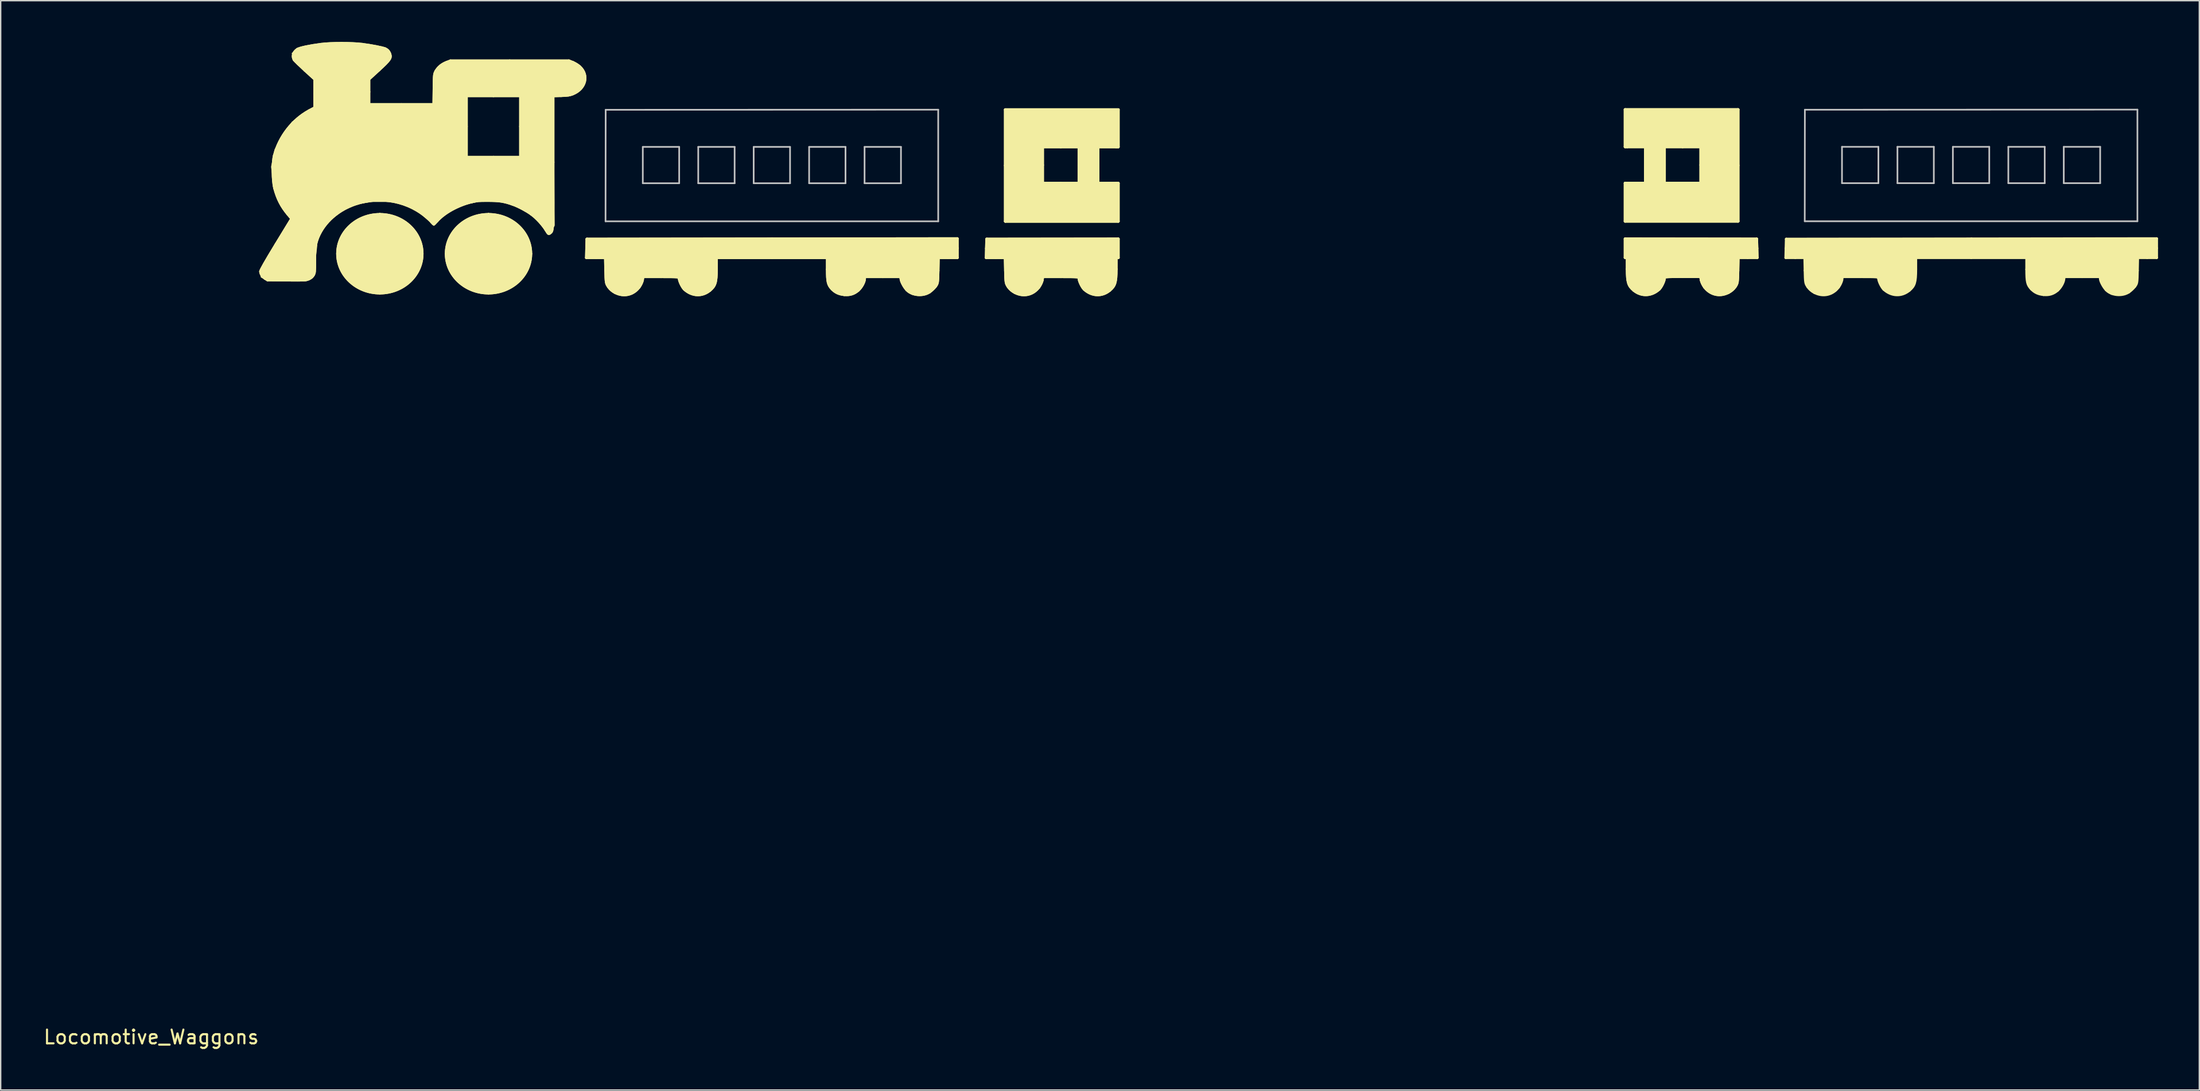
<source format=kicad_pcb>
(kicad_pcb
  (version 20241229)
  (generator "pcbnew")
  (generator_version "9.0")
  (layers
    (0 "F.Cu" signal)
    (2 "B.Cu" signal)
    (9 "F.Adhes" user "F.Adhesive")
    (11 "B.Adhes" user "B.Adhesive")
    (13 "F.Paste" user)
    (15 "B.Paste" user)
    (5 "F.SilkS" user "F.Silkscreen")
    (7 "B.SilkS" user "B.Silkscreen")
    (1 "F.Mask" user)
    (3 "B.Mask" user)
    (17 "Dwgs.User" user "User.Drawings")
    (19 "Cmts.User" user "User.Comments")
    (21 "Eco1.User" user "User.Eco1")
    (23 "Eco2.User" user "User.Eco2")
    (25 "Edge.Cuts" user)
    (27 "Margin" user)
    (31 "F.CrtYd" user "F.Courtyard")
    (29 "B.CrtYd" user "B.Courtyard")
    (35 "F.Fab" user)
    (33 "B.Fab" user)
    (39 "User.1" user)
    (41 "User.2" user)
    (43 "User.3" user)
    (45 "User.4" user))
  (footprint "Locomotive_Waggons"
    (layer "F.Cu")
    (at 7.935 71.83)
    (property "Reference" "Locomotive_Waggons" (at 0 0.5 0) (layer "F.SilkS") (effects (font (size 1 1) (thickness 0.15))))
    (attr through_hole)
    (fp_line (start 8.274 -54.639) (end 8.448 -54.532) (stroke (width 0.2) (type solid)) (layer "F.SilkS"))
    (fp_line (start 8.274 -54.639) (end 8.448 -54.532) (stroke (width 0.2) (type solid)) (layer "F.SilkS"))
    (fp_line (start 8.448 -54.532) (end 9.828 -54.52) (stroke (width 0.2) (type solid)) (layer "F.SilkS"))
    (fp_line (start 8.448 -54.532) (end 9.828 -54.52) (stroke (width 0.2) (type solid)) (layer "F.SilkS"))
    (fp_line (start 9.927 -59.305) (end 10.196 -58.984) (stroke (width 0.2) (type solid)) (layer "F.SilkS"))
    (fp_line (start 9.927 -59.305) (end 10.196 -58.984) (stroke (width 0.2) (type solid)) (layer "F.SilkS"))
    (fp_line (start 10.196 -58.984) (end 9.067 -57.131) (stroke (width 0.2) (type solid)) (layer "F.SilkS"))
    (fp_line (start 10.196 -58.984) (end 9.067 -57.131) (stroke (width 0.2) (type solid)) (layer "F.SilkS"))
    (fp_line (start 11.171 -69.763) (end 11.872 -69.125) (stroke (width 0.2) (type solid)) (layer "F.SilkS"))
    (fp_line (start 11.171 -69.763) (end 11.872 -69.125) (stroke (width 0.2) (type solid)) (layer "F.SilkS"))
    (fp_line (start 11.872 -69.125) (end 11.872 -68.089) (stroke (width 0.2) (type solid)) (layer "F.SilkS"))
    (fp_line (start 11.872 -69.125) (end 11.872 -68.089) (stroke (width 0.2) (type solid)) (layer "F.SilkS"))
    (fp_line (start 11.872 -68.089) (end 11.872 -67.051) (stroke (width 0.2) (type solid)) (layer "F.SilkS"))
    (fp_line (start 11.872 -68.089) (end 11.872 -67.051) (stroke (width 0.2) (type solid)) (layer "F.SilkS"))
    (fp_line (start 11.872 -67.051) (end 11.465 -66.832) (stroke (width 0.2) (type solid)) (layer "F.SilkS"))
    (fp_line (start 11.872 -67.051) (end 11.465 -66.832) (stroke (width 0.2) (type solid)) (layer "F.SilkS"))
    (fp_line (start 13.81 -71.73) (end 13.81 -71.73) (stroke (width 0.2) (type solid)) (layer "F.SilkS"))
    (fp_line (start 13.81 -71.73) (end 13.81 -71.73) (stroke (width 0.2) (type solid)) (layer "F.SilkS"))
    (fp_line (start 15.805 -69.124) (end 16.54 -69.799) (stroke (width 0.2) (type solid)) (layer "F.SilkS"))
    (fp_line (start 15.805 -69.124) (end 16.54 -69.799) (stroke (width 0.2) (type solid)) (layer "F.SilkS"))
    (fp_line (start 15.805 -68.204) (end 15.805 -69.124) (stroke (width 0.2) (type solid)) (layer "F.SilkS"))
    (fp_line (start 15.805 -68.204) (end 15.805 -69.124) (stroke (width 0.2) (type solid)) (layer "F.SilkS"))
    (fp_line (start 15.805 -67.284) (end 15.805 -68.204) (stroke (width 0.2) (type solid)) (layer "F.SilkS"))
    (fp_line (start 15.805 -67.284) (end 15.805 -68.204) (stroke (width 0.2) (type solid)) (layer "F.SilkS"))
    (fp_line (start 16.6 -59.295) (end 16.6 -59.295) (stroke (width 0.2) (type solid)) (layer "F.SilkS"))
    (fp_line (start 16.6 -59.295) (end 16.6 -59.295) (stroke (width 0.2) (type solid)) (layer "F.SilkS"))
    (fp_line (start 18.162 -67.284) (end 15.805 -67.284) (stroke (width 0.2) (type solid)) (layer "F.SilkS"))
    (fp_line (start 18.162 -67.284) (end 15.805 -67.284) (stroke (width 0.2) (type solid)) (layer "F.SilkS"))
    (fp_line (start 20.519 -67.284) (end 18.162 -67.284) (stroke (width 0.2) (type solid)) (layer "F.SilkS"))
    (fp_line (start 20.519 -67.284) (end 18.162 -67.284) (stroke (width 0.2) (type solid)) (layer "F.SilkS"))
    (fp_line (start 20.534 -68.391) (end 20.519 -67.284) (stroke (width 0.2) (type solid)) (layer "F.SilkS"))
    (fp_line (start 20.534 -68.391) (end 20.519 -67.284) (stroke (width 0.2) (type solid)) (layer "F.SilkS"))
    (fp_line (start 21.729 -70.457) (end 21.454 -70.352) (stroke (width 0.2) (type solid)) (layer "F.SilkS"))
    (fp_line (start 21.729 -70.457) (end 21.454 -70.352) (stroke (width 0.2) (type solid)) (layer "F.SilkS"))
    (fp_line (start 22.884 -67.922) (end 24.851 -67.922) (stroke (width 0.2) (type solid)) (layer "F.SilkS"))
    (fp_line (start 22.884 -67.922) (end 24.851 -67.922) (stroke (width 0.2) (type solid)) (layer "F.SilkS"))
    (fp_line (start 22.884 -65.687) (end 22.884 -67.922) (stroke (width 0.2) (type solid)) (layer "F.SilkS"))
    (fp_line (start 22.884 -65.687) (end 22.884 -67.922) (stroke (width 0.2) (type solid)) (layer "F.SilkS"))
    (fp_line (start 22.884 -63.452) (end 22.884 -65.687) (stroke (width 0.2) (type solid)) (layer "F.SilkS"))
    (fp_line (start 22.884 -63.452) (end 22.884 -65.687) (stroke (width 0.2) (type solid)) (layer "F.SilkS"))
    (fp_line (start 24.49 -59.295) (end 24.49 -59.295) (stroke (width 0.2) (type solid)) (layer "F.SilkS"))
    (fp_line (start 24.49 -59.295) (end 24.49 -59.295) (stroke (width 0.2) (type solid)) (layer "F.SilkS"))
    (fp_line (start 24.851 -67.922) (end 26.817 -67.922) (stroke (width 0.2) (type solid)) (layer "F.SilkS"))
    (fp_line (start 24.851 -67.922) (end 26.817 -67.922) (stroke (width 0.2) (type solid)) (layer "F.SilkS"))
    (fp_line (start 24.851 -63.452) (end 22.884 -63.452) (stroke (width 0.2) (type solid)) (layer "F.SilkS"))
    (fp_line (start 24.851 -63.452) (end 22.884 -63.452) (stroke (width 0.2) (type solid)) (layer "F.SilkS"))
    (fp_line (start 26.03 -70.457) (end 21.729 -70.457) (stroke (width 0.2) (type solid)) (layer "F.SilkS"))
    (fp_line (start 26.03 -70.457) (end 21.729 -70.457) (stroke (width 0.2) (type solid)) (layer "F.SilkS"))
    (fp_line (start 26.817 -67.922) (end 26.817 -65.687) (stroke (width 0.2) (type solid)) (layer "F.SilkS"))
    (fp_line (start 26.817 -67.922) (end 26.817 -65.687) (stroke (width 0.2) (type solid)) (layer "F.SilkS"))
    (fp_line (start 26.817 -65.687) (end 26.817 -63.452) (stroke (width 0.2) (type solid)) (layer "F.SilkS"))
    (fp_line (start 26.817 -65.687) (end 26.817 -63.452) (stroke (width 0.2) (type solid)) (layer "F.SilkS"))
    (fp_line (start 26.817 -63.452) (end 24.851 -63.452) (stroke (width 0.2) (type solid)) (layer "F.SilkS"))
    (fp_line (start 26.817 -63.452) (end 24.851 -63.452) (stroke (width 0.2) (type solid)) (layer "F.SilkS"))
    (fp_line (start 29.177 -67.912) (end 29.758 -67.929) (stroke (width 0.2) (type solid)) (layer "F.SilkS"))
    (fp_line (start 29.177 -67.912) (end 29.758 -67.929) (stroke (width 0.2) (type solid)) (layer "F.SilkS"))
    (fp_line (start 29.177 -63.087) (end 29.177 -67.912) (stroke (width 0.2) (type solid)) (layer "F.SilkS"))
    (fp_line (start 29.177 -63.087) (end 29.177 -67.912) (stroke (width 0.2) (type solid)) (layer "F.SilkS"))
    (fp_line (start 30.332 -70.457) (end 26.03 -70.457) (stroke (width 0.2) (type solid)) (layer "F.SilkS"))
    (fp_line (start 30.332 -70.457) (end 26.03 -70.457) (stroke (width 0.2) (type solid)) (layer "F.SilkS"))
    (fp_line (start 30.612 -70.345) (end 30.332 -70.457) (stroke (width 0.2) (type solid)) (layer "F.SilkS"))
    (fp_line (start 30.612 -70.345) (end 30.332 -70.457) (stroke (width 0.2) (type solid)) (layer "F.SilkS"))
    (fp_line (start 31.602 -56.15) (end 32.291 -56.15) (stroke (width 0.2) (type solid)) (layer "F.SilkS"))
    (fp_line (start 31.602 -56.15) (end 32.291 -56.15) (stroke (width 0.2) (type solid)) (layer "F.SilkS"))
    (fp_line (start 31.619 -56.827) (end 31.602 -56.15) (stroke (width 0.2) (type solid)) (layer "F.SilkS"))
    (fp_line (start 31.619 -56.827) (end 31.602 -56.15) (stroke (width 0.2) (type solid)) (layer "F.SilkS"))
    (fp_line (start 31.637 -57.503) (end 31.619 -56.827) (stroke (width 0.2) (type solid)) (layer "F.SilkS"))
    (fp_line (start 31.637 -57.503) (end 31.619 -56.827) (stroke (width 0.2) (type solid)) (layer "F.SilkS"))
    (fp_line (start 32.291 -56.15) (end 32.981 -56.15) (stroke (width 0.2) (type solid)) (layer "F.SilkS"))
    (fp_line (start 32.291 -56.15) (end 32.981 -56.15) (stroke (width 0.2) (type solid)) (layer "F.SilkS"))
    (fp_line (start 32.981 -56.15) (end 33.001 -55.222) (stroke (width 0.2) (type solid)) (layer "F.SilkS"))
    (fp_line (start 32.981 -56.15) (end 33.001 -55.222) (stroke (width 0.2) (type solid)) (layer "F.SilkS"))
    (fp_line (start 35.672 -54.519) (end 35.712 -54.766) (stroke (width 0.2) (type solid)) (layer "F.SilkS"))
    (fp_line (start 35.672 -54.519) (end 35.712 -54.766) (stroke (width 0.2) (type solid)) (layer "F.SilkS"))
    (fp_line (start 35.712 -54.766) (end 37.025 -54.766) (stroke (width 0.2) (type solid)) (layer "F.SilkS"))
    (fp_line (start 35.712 -54.766) (end 37.025 -54.766) (stroke (width 0.2) (type solid)) (layer "F.SilkS"))
    (fp_line (start 41.042 -55.317) (end 41.043 -56.15) (stroke (width 0.2) (type solid)) (layer "F.SilkS"))
    (fp_line (start 41.042 -55.317) (end 41.043 -56.15) (stroke (width 0.2) (type solid)) (layer "F.SilkS"))
    (fp_line (start 41.043 -56.15) (end 45.07 -56.15) (stroke (width 0.2) (type solid)) (layer "F.SilkS"))
    (fp_line (start 41.043 -56.15) (end 45.07 -56.15) (stroke (width 0.2) (type solid)) (layer "F.SilkS"))
    (fp_line (start 45.07 -56.15) (end 49.096 -56.15) (stroke (width 0.2) (type solid)) (layer "F.SilkS"))
    (fp_line (start 45.07 -56.15) (end 49.096 -56.15) (stroke (width 0.2) (type solid)) (layer "F.SilkS"))
    (fp_line (start 45.086 -57.519) (end 31.637 -57.503) (stroke (width 0.2) (type solid)) (layer "F.SilkS"))
    (fp_line (start 45.086 -57.519) (end 31.637 -57.503) (stroke (width 0.2) (type solid)) (layer "F.SilkS"))
    (fp_line (start 49.096 -56.15) (end 49.096 -55.299) (stroke (width 0.2) (type solid)) (layer "F.SilkS"))
    (fp_line (start 49.096 -56.15) (end 49.096 -55.299) (stroke (width 0.2) (type solid)) (layer "F.SilkS"))
    (fp_line (start 51.8 -54.624) (end 51.802 -54.766) (stroke (width 0.2) (type solid)) (layer "F.SilkS"))
    (fp_line (start 51.8 -54.624) (end 51.802 -54.766) (stroke (width 0.2) (type solid)) (layer "F.SilkS"))
    (fp_line (start 51.802 -54.766) (end 53.123 -54.766) (stroke (width 0.2) (type solid)) (layer "F.SilkS"))
    (fp_line (start 51.802 -54.766) (end 53.123 -54.766) (stroke (width 0.2) (type solid)) (layer "F.SilkS"))
    (fp_line (start 53.123 -54.766) (end 54.444 -54.766) (stroke (width 0.2) (type solid)) (layer "F.SilkS"))
    (fp_line (start 53.123 -54.766) (end 54.444 -54.766) (stroke (width 0.2) (type solid)) (layer "F.SilkS"))
    (fp_line (start 54.444 -54.766) (end 54.444 -54.624) (stroke (width 0.2) (type solid)) (layer "F.SilkS"))
    (fp_line (start 54.444 -54.766) (end 54.444 -54.624) (stroke (width 0.2) (type solid)) (layer "F.SilkS"))
    (fp_line (start 57.138 -55.217) (end 57.158 -56.15) (stroke (width 0.2) (type solid)) (layer "F.SilkS"))
    (fp_line (start 57.138 -55.217) (end 57.158 -56.15) (stroke (width 0.2) (type solid)) (layer "F.SilkS"))
    (fp_line (start 57.158 -56.15) (end 57.846 -56.15) (stroke (width 0.2) (type solid)) (layer "F.SilkS"))
    (fp_line (start 57.158 -56.15) (end 57.846 -56.15) (stroke (width 0.2) (type solid)) (layer "F.SilkS"))
    (fp_line (start 57.846 -56.15) (end 58.533 -56.15) (stroke (width 0.2) (type solid)) (layer "F.SilkS"))
    (fp_line (start 57.846 -56.15) (end 58.533 -56.15) (stroke (width 0.2) (type solid)) (layer "F.SilkS"))
    (fp_line (start 58.533 -57.535) (end 45.086 -57.519) (stroke (width 0.2) (type solid)) (layer "F.SilkS"))
    (fp_line (start 58.533 -57.535) (end 45.086 -57.519) (stroke (width 0.2) (type solid)) (layer "F.SilkS"))
    (fp_line (start 58.533 -56.842) (end 58.533 -57.535) (stroke (width 0.2) (type solid)) (layer "F.SilkS"))
    (fp_line (start 58.533 -56.842) (end 58.533 -57.535) (stroke (width 0.2) (type solid)) (layer "F.SilkS"))
    (fp_line (start 58.533 -56.15) (end 58.533 -56.842) (stroke (width 0.2) (type solid)) (layer "F.SilkS"))
    (fp_line (start 58.533 -56.15) (end 58.533 -56.842) (stroke (width 0.2) (type solid)) (layer "F.SilkS"))
    (fp_line (start 60.635 -56.15) (end 61.324 -56.15) (stroke (width 0.2) (type solid)) (layer "F.SilkS"))
    (fp_line (start 60.635 -56.15) (end 61.324 -56.15) (stroke (width 0.2) (type solid)) (layer "F.SilkS"))
    (fp_line (start 60.652 -56.826) (end 60.635 -56.15) (stroke (width 0.2) (type solid)) (layer "F.SilkS"))
    (fp_line (start 60.652 -56.826) (end 60.635 -56.15) (stroke (width 0.2) (type solid)) (layer "F.SilkS"))
    (fp_line (start 60.67 -57.503) (end 60.652 -56.826) (stroke (width 0.2) (type solid)) (layer "F.SilkS"))
    (fp_line (start 60.67 -57.503) (end 60.652 -56.826) (stroke (width 0.2) (type solid)) (layer "F.SilkS"))
    (fp_line (start 61.324 -56.15) (end 62.014 -56.15) (stroke (width 0.2) (type solid)) (layer "F.SilkS"))
    (fp_line (start 61.324 -56.15) (end 62.014 -56.15) (stroke (width 0.2) (type solid)) (layer "F.SilkS"))
    (fp_line (start 62.014 -56.15) (end 62.034 -55.222) (stroke (width 0.2) (type solid)) (layer "F.SilkS"))
    (fp_line (start 62.014 -56.15) (end 62.034 -55.222) (stroke (width 0.2) (type solid)) (layer "F.SilkS"))
    (fp_line (start 62.023 -66.909) (end 62.023 -62.851) (stroke (width 0.2) (type solid)) (layer "F.SilkS"))
    (fp_line (start 62.023 -66.909) (end 62.023 -62.851) (stroke (width 0.2) (type solid)) (layer "F.SilkS"))
    (fp_line (start 62.023 -62.851) (end 62.023 -58.793) (stroke (width 0.2) (type solid)) (layer "F.SilkS"))
    (fp_line (start 62.023 -62.851) (end 62.023 -58.793) (stroke (width 0.2) (type solid)) (layer "F.SilkS"))
    (fp_line (start 62.023 -58.793) (end 70.225 -58.793) (stroke (width 0.2) (type solid)) (layer "F.SilkS"))
    (fp_line (start 62.023 -58.793) (end 70.225 -58.793) (stroke (width 0.2) (type solid)) (layer "F.SilkS"))
    (fp_line (start 64.705 -54.519) (end 64.744 -54.766) (stroke (width 0.2) (type solid)) (layer "F.SilkS"))
    (fp_line (start 64.705 -54.519) (end 64.744 -54.766) (stroke (width 0.2) (type solid)) (layer "F.SilkS"))
    (fp_line (start 64.728 -64.203) (end 66.049 -64.203) (stroke (width 0.2) (type solid)) (layer "F.SilkS"))
    (fp_line (start 64.728 -64.203) (end 66.049 -64.203) (stroke (width 0.2) (type solid)) (layer "F.SilkS"))
    (fp_line (start 64.728 -62.882) (end 64.728 -64.203) (stroke (width 0.2) (type solid)) (layer "F.SilkS"))
    (fp_line (start 64.728 -62.882) (end 64.728 -64.203) (stroke (width 0.2) (type solid)) (layer "F.SilkS"))
    (fp_line (start 64.728 -61.561) (end 64.728 -62.882) (stroke (width 0.2) (type solid)) (layer "F.SilkS"))
    (fp_line (start 64.728 -61.561) (end 64.728 -62.882) (stroke (width 0.2) (type solid)) (layer "F.SilkS"))
    (fp_line (start 64.744 -54.766) (end 66.057 -54.766) (stroke (width 0.2) (type solid)) (layer "F.SilkS"))
    (fp_line (start 64.744 -54.766) (end 66.057 -54.766) (stroke (width 0.2) (type solid)) (layer "F.SilkS"))
    (fp_line (start 66.049 -64.203) (end 67.371 -64.203) (stroke (width 0.2) (type solid)) (layer "F.SilkS"))
    (fp_line (start 66.049 -64.203) (end 67.371 -64.203) (stroke (width 0.2) (type solid)) (layer "F.SilkS"))
    (fp_line (start 66.049 -61.561) (end 64.728 -61.561) (stroke (width 0.2) (type solid)) (layer "F.SilkS"))
    (fp_line (start 66.049 -61.561) (end 64.728 -61.561) (stroke (width 0.2) (type solid)) (layer "F.SilkS"))
    (fp_line (start 67.371 -64.203) (end 67.371 -62.882) (stroke (width 0.2) (type solid)) (layer "F.SilkS"))
    (fp_line (start 67.371 -64.203) (end 67.371 -62.882) (stroke (width 0.2) (type solid)) (layer "F.SilkS"))
    (fp_line (start 67.371 -62.882) (end 67.371 -61.561) (stroke (width 0.2) (type solid)) (layer "F.SilkS"))
    (fp_line (start 67.371 -62.882) (end 67.371 -61.561) (stroke (width 0.2) (type solid)) (layer "F.SilkS"))
    (fp_line (start 67.371 -61.561) (end 66.049 -61.561) (stroke (width 0.2) (type solid)) (layer "F.SilkS"))
    (fp_line (start 67.371 -61.561) (end 66.049 -61.561) (stroke (width 0.2) (type solid)) (layer "F.SilkS"))
    (fp_line (start 68.754 -64.203) (end 70.076 -64.203) (stroke (width 0.2) (type solid)) (layer "F.SilkS"))
    (fp_line (start 68.754 -64.203) (end 70.076 -64.203) (stroke (width 0.2) (type solid)) (layer "F.SilkS"))
    (fp_line (start 68.754 -62.882) (end 68.754 -64.203) (stroke (width 0.2) (type solid)) (layer "F.SilkS"))
    (fp_line (start 68.754 -62.882) (end 68.754 -64.203) (stroke (width 0.2) (type solid)) (layer "F.SilkS"))
    (fp_line (start 68.754 -61.561) (end 68.754 -62.882) (stroke (width 0.2) (type solid)) (layer "F.SilkS"))
    (fp_line (start 68.754 -61.561) (end 68.754 -62.882) (stroke (width 0.2) (type solid)) (layer "F.SilkS"))
    (fp_line (start 70.074 -55.316) (end 70.076 -56.15) (stroke (width 0.2) (type solid)) (layer "F.SilkS"))
    (fp_line (start 70.074 -55.316) (end 70.076 -56.15) (stroke (width 0.2) (type solid)) (layer "F.SilkS"))
    (fp_line (start 70.076 -64.203) (end 70.225 -64.203) (stroke (width 0.2) (type solid)) (layer "F.SilkS"))
    (fp_line (start 70.076 -64.203) (end 70.225 -64.203) (stroke (width 0.2) (type solid)) (layer "F.SilkS"))
    (fp_line (start 70.076 -61.561) (end 68.754 -61.561) (stroke (width 0.2) (type solid)) (layer "F.SilkS"))
    (fp_line (start 70.076 -61.561) (end 68.754 -61.561) (stroke (width 0.2) (type solid)) (layer "F.SilkS"))
    (fp_line (start 70.076 -56.15) (end 70.225 -56.15) (stroke (width 0.2) (type solid)) (layer "F.SilkS"))
    (fp_line (start 70.076 -56.15) (end 70.225 -56.15) (stroke (width 0.2) (type solid)) (layer "F.SilkS"))
    (fp_line (start 70.225 -66.909) (end 62.023 -66.909) (stroke (width 0.2) (type solid)) (layer "F.SilkS"))
    (fp_line (start 70.225 -66.909) (end 62.023 -66.909) (stroke (width 0.2) (type solid)) (layer "F.SilkS"))
    (fp_line (start 70.225 -64.203) (end 70.225 -66.909) (stroke (width 0.2) (type solid)) (layer "F.SilkS"))
    (fp_line (start 70.225 -64.203) (end 70.225 -66.909) (stroke (width 0.2) (type solid)) (layer "F.SilkS"))
    (fp_line (start 70.225 -61.561) (end 70.076 -61.561) (stroke (width 0.2) (type solid)) (layer "F.SilkS"))
    (fp_line (start 70.225 -61.561) (end 70.076 -61.561) (stroke (width 0.2) (type solid)) (layer "F.SilkS"))
    (fp_line (start 70.225 -58.793) (end 70.225 -61.561) (stroke (width 0.2) (type solid)) (layer "F.SilkS"))
    (fp_line (start 70.225 -58.793) (end 70.225 -61.561) (stroke (width 0.2) (type solid)) (layer "F.SilkS"))
    (fp_line (start 70.225 -57.514) (end 60.67 -57.503) (stroke (width 0.2) (type solid)) (layer "F.SilkS"))
    (fp_line (start 70.225 -57.514) (end 60.67 -57.503) (stroke (width 0.2) (type solid)) (layer "F.SilkS"))
    (fp_line (start 70.225 -56.15) (end 70.225 -57.514) (stroke (width 0.2) (type solid)) (layer "F.SilkS"))
    (fp_line (start 70.225 -56.15) (end 70.225 -57.514) (stroke (width 0.2) (type solid)) (layer "F.SilkS"))
    (fp_line (start 107.033 -56.156) (end 107.033 -57.52) (stroke (width 0.2) (type solid)) (layer "F.SilkS"))
    (fp_line (start 107.033 -56.156) (end 107.033 -57.52) (stroke (width 0.2) (type solid)) (layer "F.SilkS"))
    (fp_line (start 107.033 -66.915) (end 115.236 -66.915) (stroke (width 0.2) (type solid)) (layer "F.SilkS"))
    (fp_line (start 107.033 -66.915) (end 115.236 -66.915) (stroke (width 0.2) (type solid)) (layer "F.SilkS"))
    (fp_line (start 107.033 -64.209) (end 107.033 -66.915) (stroke (width 0.2) (type solid)) (layer "F.SilkS"))
    (fp_line (start 107.033 -64.209) (end 107.033 -66.915) (stroke (width 0.2) (type solid)) (layer "F.SilkS"))
    (fp_line (start 107.033 -61.567) (end 107.183 -61.567) (stroke (width 0.2) (type solid)) (layer "F.SilkS"))
    (fp_line (start 107.033 -61.567) (end 107.183 -61.567) (stroke (width 0.2) (type solid)) (layer "F.SilkS"))
    (fp_line (start 107.033 -58.799) (end 107.033 -61.567) (stroke (width 0.2) (type solid)) (layer "F.SilkS"))
    (fp_line (start 107.033 -58.799) (end 107.033 -61.567) (stroke (width 0.2) (type solid)) (layer "F.SilkS"))
    (fp_line (start 107.033 -57.52) (end 116.588 -57.509) (stroke (width 0.2) (type solid)) (layer "F.SilkS"))
    (fp_line (start 107.033 -57.52) (end 116.588 -57.509) (stroke (width 0.2) (type solid)) (layer "F.SilkS"))
    (fp_line (start 107.183 -56.156) (end 107.033 -56.156) (stroke (width 0.2) (type solid)) (layer "F.SilkS"))
    (fp_line (start 107.183 -56.156) (end 107.033 -56.156) (stroke (width 0.2) (type solid)) (layer "F.SilkS"))
    (fp_line (start 107.183 -64.209) (end 107.033 -64.209) (stroke (width 0.2) (type solid)) (layer "F.SilkS"))
    (fp_line (start 107.183 -64.209) (end 107.033 -64.209) (stroke (width 0.2) (type solid)) (layer "F.SilkS"))
    (fp_line (start 107.183 -61.567) (end 108.504 -61.567) (stroke (width 0.2) (type solid)) (layer "F.SilkS"))
    (fp_line (start 107.183 -61.567) (end 108.504 -61.567) (stroke (width 0.2) (type solid)) (layer "F.SilkS"))
    (fp_line (start 107.184 -55.322) (end 107.183 -56.156) (stroke (width 0.2) (type solid)) (layer "F.SilkS"))
    (fp_line (start 107.184 -55.322) (end 107.183 -56.156) (stroke (width 0.2) (type solid)) (layer "F.SilkS"))
    (fp_line (start 108.504 -64.209) (end 107.183 -64.209) (stroke (width 0.2) (type solid)) (layer "F.SilkS"))
    (fp_line (start 108.504 -64.209) (end 107.183 -64.209) (stroke (width 0.2) (type solid)) (layer "F.SilkS"))
    (fp_line (start 108.504 -62.888) (end 108.504 -64.209) (stroke (width 0.2) (type solid)) (layer "F.SilkS"))
    (fp_line (start 108.504 -62.888) (end 108.504 -64.209) (stroke (width 0.2) (type solid)) (layer "F.SilkS"))
    (fp_line (start 108.504 -61.567) (end 108.504 -62.888) (stroke (width 0.2) (type solid)) (layer "F.SilkS"))
    (fp_line (start 108.504 -61.567) (end 108.504 -62.888) (stroke (width 0.2) (type solid)) (layer "F.SilkS"))
    (fp_line (start 109.888 -64.209) (end 109.888 -62.888) (stroke (width 0.2) (type solid)) (layer "F.SilkS"))
    (fp_line (start 109.888 -64.209) (end 109.888 -62.888) (stroke (width 0.2) (type solid)) (layer "F.SilkS"))
    (fp_line (start 109.888 -62.888) (end 109.888 -61.567) (stroke (width 0.2) (type solid)) (layer "F.SilkS"))
    (fp_line (start 109.888 -62.888) (end 109.888 -61.567) (stroke (width 0.2) (type solid)) (layer "F.SilkS"))
    (fp_line (start 109.888 -61.567) (end 111.209 -61.567) (stroke (width 0.2) (type solid)) (layer "F.SilkS"))
    (fp_line (start 109.888 -61.567) (end 111.209 -61.567) (stroke (width 0.2) (type solid)) (layer "F.SilkS"))
    (fp_line (start 111.209 -64.209) (end 109.888 -64.209) (stroke (width 0.2) (type solid)) (layer "F.SilkS"))
    (fp_line (start 111.209 -64.209) (end 109.888 -64.209) (stroke (width 0.2) (type solid)) (layer "F.SilkS"))
    (fp_line (start 111.209 -61.567) (end 112.53 -61.567) (stroke (width 0.2) (type solid)) (layer "F.SilkS"))
    (fp_line (start 111.209 -61.567) (end 112.53 -61.567) (stroke (width 0.2) (type solid)) (layer "F.SilkS"))
    (fp_line (start 112.514 -54.772) (end 111.201 -54.772) (stroke (width 0.2) (type solid)) (layer "F.SilkS"))
    (fp_line (start 112.514 -54.772) (end 111.201 -54.772) (stroke (width 0.2) (type solid)) (layer "F.SilkS"))
    (fp_line (start 112.53 -64.209) (end 111.209 -64.209) (stroke (width 0.2) (type solid)) (layer "F.SilkS"))
    (fp_line (start 112.53 -64.209) (end 111.209 -64.209) (stroke (width 0.2) (type solid)) (layer "F.SilkS"))
    (fp_line (start 112.53 -62.888) (end 112.53 -64.209) (stroke (width 0.2) (type solid)) (layer "F.SilkS"))
    (fp_line (start 112.53 -62.888) (end 112.53 -64.209) (stroke (width 0.2) (type solid)) (layer "F.SilkS"))
    (fp_line (start 112.53 -61.567) (end 112.53 -62.888) (stroke (width 0.2) (type solid)) (layer "F.SilkS"))
    (fp_line (start 112.53 -61.567) (end 112.53 -62.888) (stroke (width 0.2) (type solid)) (layer "F.SilkS"))
    (fp_line (start 112.554 -54.526) (end 112.514 -54.772) (stroke (width 0.2) (type solid)) (layer "F.SilkS"))
    (fp_line (start 112.554 -54.526) (end 112.514 -54.772) (stroke (width 0.2) (type solid)) (layer "F.SilkS"))
    (fp_line (start 115.236 -66.915) (end 115.236 -62.857) (stroke (width 0.2) (type solid)) (layer "F.SilkS"))
    (fp_line (start 115.236 -66.915) (end 115.236 -62.857) (stroke (width 0.2) (type solid)) (layer "F.SilkS"))
    (fp_line (start 115.236 -62.857) (end 115.236 -58.799) (stroke (width 0.2) (type solid)) (layer "F.SilkS"))
    (fp_line (start 115.236 -62.857) (end 115.236 -58.799) (stroke (width 0.2) (type solid)) (layer "F.SilkS"))
    (fp_line (start 115.236 -58.799) (end 107.033 -58.799) (stroke (width 0.2) (type solid)) (layer "F.SilkS"))
    (fp_line (start 115.236 -58.799) (end 107.033 -58.799) (stroke (width 0.2) (type solid)) (layer "F.SilkS"))
    (fp_line (start 115.245 -56.156) (end 115.225 -55.228) (stroke (width 0.2) (type solid)) (layer "F.SilkS"))
    (fp_line (start 115.245 -56.156) (end 115.225 -55.228) (stroke (width 0.2) (type solid)) (layer "F.SilkS"))
    (fp_line (start 115.935 -56.156) (end 115.245 -56.156) (stroke (width 0.2) (type solid)) (layer "F.SilkS"))
    (fp_line (start 115.935 -56.156) (end 115.245 -56.156) (stroke (width 0.2) (type solid)) (layer "F.SilkS"))
    (fp_line (start 116.588 -57.509) (end 116.606 -56.832) (stroke (width 0.2) (type solid)) (layer "F.SilkS"))
    (fp_line (start 116.588 -57.509) (end 116.606 -56.832) (stroke (width 0.2) (type solid)) (layer "F.SilkS"))
    (fp_line (start 116.606 -56.832) (end 116.624 -56.156) (stroke (width 0.2) (type solid)) (layer "F.SilkS"))
    (fp_line (start 116.606 -56.832) (end 116.624 -56.156) (stroke (width 0.2) (type solid)) (layer "F.SilkS"))
    (fp_line (start 116.624 -56.156) (end 115.935 -56.156) (stroke (width 0.2) (type solid)) (layer "F.SilkS"))
    (fp_line (start 116.624 -56.156) (end 115.935 -56.156) (stroke (width 0.2) (type solid)) (layer "F.SilkS"))
    (fp_line (start 118.7 -56.15) (end 119.39 -56.15) (stroke (width 0.2) (type solid)) (layer "F.SilkS"))
    (fp_line (start 118.717 -56.827) (end 118.7 -56.15) (stroke (width 0.2) (type solid)) (layer "F.SilkS"))
    (fp_line (start 118.735 -57.503) (end 118.717 -56.827) (stroke (width 0.2) (type solid)) (layer "F.SilkS"))
    (fp_line (start 119.39 -56.15) (end 120.079 -56.15) (stroke (width 0.2) (type solid)) (layer "F.SilkS"))
    (fp_line (start 120.079 -56.15) (end 120.099 -55.222) (stroke (width 0.2) (type solid)) (layer "F.SilkS"))
    (fp_line (start 120.799 -53.604) (end 120.8 -53.604) (stroke (width 0.2) (type solid)) (layer "F.SilkS"))
    (fp_line (start 122.771 -54.519) (end 122.81 -54.766) (stroke (width 0.2) (type solid)) (layer "F.SilkS"))
    (fp_line (start 122.81 -54.766) (end 124.123 -54.766) (stroke (width 0.2) (type solid)) (layer "F.SilkS"))
    (fp_line (start 128.141 -55.317) (end 128.142 -56.15) (stroke (width 0.2) (type solid)) (layer "F.SilkS"))
    (fp_line (start 128.142 -56.15) (end 132.168 -56.15) (stroke (width 0.2) (type solid)) (layer "F.SilkS"))
    (fp_line (start 132.168 -56.15) (end 136.195 -56.15) (stroke (width 0.2) (type solid)) (layer "F.SilkS"))
    (fp_line (start 132.184 -57.519) (end 118.735 -57.503) (stroke (width 0.2) (type solid)) (layer "F.SilkS"))
    (fp_line (start 136.195 -56.15) (end 136.195 -55.299) (stroke (width 0.2) (type solid)) (layer "F.SilkS"))
    (fp_line (start 138.899 -54.624) (end 138.9 -54.766) (stroke (width 0.2) (type solid)) (layer "F.SilkS"))
    (fp_line (start 138.9 -54.766) (end 140.221 -54.766) (stroke (width 0.2) (type solid)) (layer "F.SilkS"))
    (fp_line (start 140.221 -54.766) (end 141.542 -54.766) (stroke (width 0.2) (type solid)) (layer "F.SilkS"))
    (fp_line (start 141.542 -54.766) (end 141.542 -54.624) (stroke (width 0.2) (type solid)) (layer "F.SilkS"))
    (fp_line (start 144.236 -55.217) (end 144.257 -56.15) (stroke (width 0.2) (type solid)) (layer "F.SilkS"))
    (fp_line (start 144.257 -56.15) (end 144.944 -56.15) (stroke (width 0.2) (type solid)) (layer "F.SilkS"))
    (fp_line (start 144.944 -56.15) (end 145.632 -56.15) (stroke (width 0.2) (type solid)) (layer "F.SilkS"))
    (fp_line (start 145.632 -57.535) (end 132.184 -57.519) (stroke (width 0.2) (type solid)) (layer "F.SilkS"))
    (fp_line (start 145.632 -56.842) (end 145.632 -57.535) (stroke (width 0.2) (type solid)) (layer "F.SilkS"))
    (fp_line (start 145.632 -56.15) (end 145.632 -56.842) (stroke (width 0.2) (type solid)) (layer "F.SilkS"))
    (fp_poly (pts (xy 68.754 -61.561) (xy 67.371 -61.561) (xy 67.371 -64.203) (xy 68.754 -64.203)) (stroke (width 0.1) (type solid)) (fill yes) (layer "F.SilkS"))
    (fp_poly (pts (xy 108.504 -61.567) (xy 109.888 -61.567) (xy 109.888 -64.209) (xy 108.504 -64.209)) (stroke (width 0.1) (type solid)) (fill yes) (layer "F.SilkS"))
    (fp_poly (pts (xy 70.225 -64.203) (xy 64.728 -64.203) (xy 64.728 -61.561) (xy 70.225 -61.561) (xy 70.225 -58.793) (xy 62.023 -58.793) (xy 62.023 -66.909) (xy 70.225 -66.909)) (stroke (width 0.1) (type solid)) (fill yes) (layer "F.SilkS"))
    (fp_poly (pts (xy 107.033 -64.209) (xy 112.53 -64.209) (xy 112.53 -61.567) (xy 107.033 -61.567) (xy 107.033 -58.799) (xy 115.236 -58.799) (xy 115.236 -66.915) (xy 107.033 -66.915)) (stroke (width 0.1) (type solid)) (fill yes) (layer "F.SilkS"))
    (fp_poly (pts (xy 31.113 -70.034) (xy 31.5 -69.5) (xy 31.5 -69) (xy 31.25 -68.5) (xy 30.616 -68.056) (xy 29.177 -67.912) (xy 26.817 -67.922) (xy 22.884 -67.922) (xy 20.519 -67.284) (xy 20.678 -69.722) (xy 21.454 -70.352) (xy 21.729 -70.457) (xy 30.332 -70.457)) (stroke (width 0.1) (type solid)) (fill yes) (layer "F.SilkS"))
    (fp_poly (pts (xy 17 -59.25) (xy 18 -59) (xy 18.25 -58.75) (xy 18.75 -58.5) (xy 19.25 -57.75) (xy 19.5 -57.25) (xy 19.671 -56.437) (xy 19.5 -55.75) (xy 19.25 -55) (xy 18.5 -54.25) (xy 17.5 -53.75) (xy 16.6 -53.578) (xy 15.75 -53.75) (xy 15 -54) (xy 14 -55) (xy 13.5 -56.25) (xy 13.75 -57.5) (xy 14.25 -58.25) (xy 15.25 -59) (xy 16.6 -59.295)) (stroke (width 0.1) (type solid)) (fill yes) (layer "F.SilkS"))
    (fp_poly (pts (xy 24.89 -59.25) (xy 25.89 -59) (xy 26.14 -58.75) (xy 26.64 -58.5) (xy 27.14 -57.75) (xy 27.39 -57.25) (xy 27.562 -56.437) (xy 27.39 -55.75) (xy 27.14 -55) (xy 26.39 -54.25) (xy 25.39 -53.75) (xy 24.49 -53.578) (xy 23.64 -53.75) (xy 22.89 -54) (xy 21.89 -55) (xy 21.39 -56.25) (xy 21.64 -57.5) (xy 22.14 -58.25) (xy 23.14 -59) (xy 24.49 -59.295)) (stroke (width 0.1) (type solid)) (fill yes) (layer "F.SilkS"))
    (fp_poly (pts (xy 70.225 -56.15) (xy 70.076 -56.15) (xy 70 -54.25) (xy 69.596 -53.77) (xy 69 -53.5) (xy 68.5 -53.5) (xy 67.756 -53.845) (xy 67.371 -54.646) (xy 67.25 -54.75) (xy 64.744 -54.766) (xy 64.705 -54.519) (xy 64.25 -53.75) (xy 63.5 -53.5) (xy 62.734 -53.604) (xy 62.234 -54.029) (xy 62.034 -55.222) (xy 62.014 -56.15) (xy 60.635 -56.15) (xy 60.67 -57.503) (xy 70.225 -57.514)) (stroke (width 0.1) (type solid)) (fill yes) (layer "F.SilkS"))
    (fp_poly (pts (xy 107.033 -56.156) (xy 107.183 -56.156) (xy 107.258 -54.256) (xy 107.662 -53.776) (xy 108.258 -53.506) (xy 108.758 -53.506) (xy 109.502 -53.851) (xy 109.888 -54.652) (xy 110.008 -54.756) (xy 112.514 -54.772) (xy 112.554 -54.526) (xy 113.008 -53.756) (xy 113.758 -53.506) (xy 114.524 -53.61) (xy 115.025 -54.035) (xy 115.225 -55.228) (xy 115.245 -56.156) (xy 116.624 -56.156) (xy 116.588 -57.509) (xy 107.033 -57.52)) (stroke (width 0.1) (type solid)) (fill yes) (layer "F.SilkS"))
    (fp_poly (pts (xy 58.533 -56.15) (xy 57.158 -56.15) (xy 57.138 -55.217) (xy 56.94 -54.051) (xy 56.25 -53.5) (xy 55.25 -53.5) (xy 54.75 -54) (xy 54.444 -54.766) (xy 51.802 -54.766) (xy 51.75 -54.5) (xy 51.345 -53.782) (xy 50.75 -53.5) (xy 50 -53.5) (xy 49.438 -53.87) (xy 49.25 -54.25) (xy 49.096 -55.299) (xy 49.096 -56.15) (xy 41.043 -56.15) (xy 41 -54.5) (xy 40.75 -54) (xy 40.5 -53.75) (xy 39.75 -53.5) (xy 39.5 -53.5) (xy 38.723 -53.845) (xy 38.5 -54.25) (xy 38.25 -54.75) (xy 35.712 -54.766) (xy 35.428 -54.005) (xy 35.25 -53.75) (xy 34.75 -53.5) (xy 34.25 -53.5) (xy 33.701 -53.604) (xy 33.202 -54.029) (xy 33 -54.5) (xy 32.981 -56.15) (xy 31.602 -56.15) (xy 31.637 -57.503) (xy 58.533 -57.535)) (stroke (width 0.1) (type solid)) (fill yes) (layer "F.SilkS"))
    (fp_poly (pts (xy 145.631 -56.15) (xy 144.256 -56.15) (xy 144.236 -55.217) (xy 144.038 -54.051) (xy 143.348 -53.5) (xy 142.348 -53.5) (xy 141.848 -54) (xy 141.542 -54.766) (xy 138.9 -54.766) (xy 138.848 -54.5) (xy 138.443 -53.782) (xy 137.848 -53.5) (xy 137.098 -53.5) (xy 136.536 -53.87) (xy 136.348 -54.25) (xy 136.194 -55.299) (xy 136.194 -56.15) (xy 128.141 -56.15) (xy 128.098 -54.5) (xy 127.848 -54) (xy 127.598 -53.75) (xy 126.848 -53.5) (xy 126.598 -53.5) (xy 125.821 -53.845) (xy 125.598 -54.25) (xy 125.348 -54.75) (xy 122.81 -54.766) (xy 122.526 -54.005) (xy 122.348 -53.75) (xy 121.848 -53.5) (xy 121.348 -53.5) (xy 120.799 -53.604) (xy 120.3 -54.029) (xy 120.098 -54.5) (xy 120.079 -56.15) (xy 118.7 -56.15) (xy 118.735 -57.503) (xy 145.631 -57.535)) (stroke (width 0.1) (type solid)) (fill yes) (layer "F.SilkS"))
    (fp_poly (pts (xy 16.98 -71.337) (xy 17.332 -70.946) (xy 17.25 -70.5) (xy 15.805 -69.124) (xy 15.805 -67.284) (xy 20.519 -67.284) (xy 22.884 -67.922) (xy 22.884 -63.452) (xy 26.817 -63.452) (xy 26.817 -67.922) (xy 29.177 -67.912) (xy 29.25 -58.5) (xy 29 -58) (xy 28.75 -58) (xy 28 -59) (xy 27 -59.75) (xy 25.5 -60.25) (xy 23.75 -60.25) (xy 22.5 -60) (xy 21.5 -59.5) (xy 20.519 -58.585) (xy 19.869 -59.194) (xy 19 -59.75) (xy 17.75 -60.25) (xy 16 -60.25) (xy 14.5 -60) (xy 13.75 -59.5) (xy 12.75 -58.75) (xy 12 -57.5) (xy 12 -57) (xy 11.761 -54.87) (xy 11.25 -54.5) (xy 8.448 -54.532) (xy 8 -54.75) (xy 7.939 -55.15) (xy 10.196 -58.984) (xy 9.75 -59.5) (xy 8.962 -61.19) (xy 8.75 -62.75) (xy 9 -64) (xy 10.25 -66) (xy 11.872 -67.051) (xy 11.872 -69.125) (xy 10.385 -70.528) (xy 10.25 -71) (xy 10.616 -71.296) (xy 12.325 -71.659) (xy 15.313 -71.66)) (stroke (width 0.1) (type solid)) (fill yes) (layer "F.SilkS"))
    (fp_curve (pts (xy 7.939 -55.15) (xy 7.939 -54.968) (xy 8.073 -54.764) (xy 8.274 -54.639)) (stroke (width 0.2) (type solid)) (layer "F.SilkS"))
    (fp_curve (pts (xy 7.939 -55.15) (xy 7.939 -54.968) (xy 8.073 -54.764) (xy 8.274 -54.639)) (stroke (width 0.2) (type solid)) (layer "F.SilkS"))
    (fp_curve (pts (xy 8.938 -63.572) (xy 8.801 -63.051) (xy 8.814 -61.744) (xy 8.962 -61.19)) (stroke (width 0.2) (type solid)) (layer "F.SilkS"))
    (fp_curve (pts (xy 8.938 -63.572) (xy 8.801 -63.051) (xy 8.814 -61.744) (xy 8.962 -61.19)) (stroke (width 0.2) (type solid)) (layer "F.SilkS"))
    (fp_curve (pts (xy 8.962 -61.19) (xy 9.165 -60.43) (xy 9.449 -59.875) (xy 9.927 -59.305)) (stroke (width 0.2) (type solid)) (layer "F.SilkS"))
    (fp_curve (pts (xy 8.962 -61.19) (xy 9.165 -60.43) (xy 9.449 -59.875) (xy 9.927 -59.305)) (stroke (width 0.2) (type solid)) (layer "F.SilkS"))
    (fp_curve (pts (xy 9.067 -57.131) (xy 8.309 -55.885) (xy 7.939 -55.236) (xy 7.939 -55.15)) (stroke (width 0.2) (type solid)) (layer "F.SilkS"))
    (fp_curve (pts (xy 9.067 -57.131) (xy 8.309 -55.885) (xy 7.939 -55.236) (xy 7.939 -55.15)) (stroke (width 0.2) (type solid)) (layer "F.SilkS"))
    (fp_curve (pts (xy 9.828 -54.52) (xy 11.183 -54.509) (xy 11.212 -54.51) (xy 11.429 -54.6)) (stroke (width 0.2) (type solid)) (layer "F.SilkS"))
    (fp_curve (pts (xy 9.828 -54.52) (xy 11.183 -54.509) (xy 11.212 -54.51) (xy 11.429 -54.6)) (stroke (width 0.2) (type solid)) (layer "F.SilkS"))
    (fp_curve (pts (xy 10.385 -70.528) (xy 10.432 -70.459) (xy 10.786 -70.115) (xy 11.171 -69.763)) (stroke (width 0.2) (type solid)) (layer "F.SilkS"))
    (fp_curve (pts (xy 10.385 -70.528) (xy 10.432 -70.459) (xy 10.786 -70.115) (xy 11.171 -69.763)) (stroke (width 0.2) (type solid)) (layer "F.SilkS"))
    (fp_curve (pts (xy 10.616 -71.296) (xy 10.317 -71.111) (xy 10.216 -70.776) (xy 10.385 -70.528)) (stroke (width 0.2) (type solid)) (layer "F.SilkS"))
    (fp_curve (pts (xy 10.616 -71.296) (xy 10.317 -71.111) (xy 10.216 -70.776) (xy 10.385 -70.528)) (stroke (width 0.2) (type solid)) (layer "F.SilkS"))
    (fp_curve (pts (xy 11.429 -54.6) (xy 11.591 -54.667) (xy 11.68 -54.74) (xy 11.761 -54.87)) (stroke (width 0.2) (type solid)) (layer "F.SilkS"))
    (fp_curve (pts (xy 11.429 -54.6) (xy 11.591 -54.667) (xy 11.68 -54.74) (xy 11.761 -54.87)) (stroke (width 0.2) (type solid)) (layer "F.SilkS"))
    (fp_curve (pts (xy 11.465 -66.832) (xy 10.25 -66.176) (xy 9.301 -64.951) (xy 8.938 -63.572)) (stroke (width 0.2) (type solid)) (layer "F.SilkS"))
    (fp_curve (pts (xy 11.465 -66.832) (xy 10.25 -66.176) (xy 9.301 -64.951) (xy 8.938 -63.572)) (stroke (width 0.2) (type solid)) (layer "F.SilkS"))
    (fp_curve (pts (xy 11.761 -54.87) (xy 11.866 -55.039) (xy 11.872 -55.094) (xy 11.873 -55.947)) (stroke (width 0.2) (type solid)) (layer "F.SilkS"))
    (fp_curve (pts (xy 11.761 -54.87) (xy 11.866 -55.039) (xy 11.872 -55.094) (xy 11.873 -55.947)) (stroke (width 0.2) (type solid)) (layer "F.SilkS"))
    (fp_curve (pts (xy 11.873 -55.947) (xy 11.873 -56.667) (xy 11.892 -56.919) (xy 11.965 -57.206)) (stroke (width 0.2) (type solid)) (layer "F.SilkS"))
    (fp_curve (pts (xy 11.873 -55.947) (xy 11.873 -56.667) (xy 11.892 -56.919) (xy 11.965 -57.206)) (stroke (width 0.2) (type solid)) (layer "F.SilkS"))
    (fp_curve (pts (xy 11.965 -57.206) (xy 12.255 -58.348) (xy 13.205 -59.378) (xy 14.454 -59.906)) (stroke (width 0.2) (type solid)) (layer "F.SilkS"))
    (fp_curve (pts (xy 11.965 -57.206) (xy 12.255 -58.348) (xy 13.205 -59.378) (xy 14.454 -59.906)) (stroke (width 0.2) (type solid)) (layer "F.SilkS"))
    (fp_curve (pts (xy 12.325 -71.659) (xy 11.484 -71.551) (xy 10.787 -71.402) (xy 10.616 -71.296)) (stroke (width 0.2) (type solid)) (layer "F.SilkS"))
    (fp_curve (pts (xy 12.325 -71.659) (xy 11.484 -71.551) (xy 10.787 -71.402) (xy 10.616 -71.296)) (stroke (width 0.2) (type solid)) (layer "F.SilkS"))
    (fp_curve (pts (xy 13.529 -56.437) (xy 13.529 -54.858) (xy 14.904 -53.578) (xy 16.6 -53.578)) (stroke (width 0.2) (type solid)) (layer "F.SilkS"))
    (fp_curve (pts (xy 13.529 -56.437) (xy 13.529 -54.858) (xy 14.904 -53.578) (xy 16.6 -53.578)) (stroke (width 0.2) (type solid)) (layer "F.SilkS"))
    (fp_curve (pts (xy 13.81 -71.73) (xy 13.246 -71.73) (xy 12.685 -71.706) (xy 12.325 -71.659)) (stroke (width 0.2) (type solid)) (layer "F.SilkS"))
    (fp_curve (pts (xy 13.81 -71.73) (xy 13.246 -71.73) (xy 12.685 -71.706) (xy 12.325 -71.659)) (stroke (width 0.2) (type solid)) (layer "F.SilkS"))
    (fp_curve (pts (xy 14.454 -59.906) (xy 16.267 -60.672) (xy 18.392 -60.393) (xy 19.869 -59.194)) (stroke (width 0.2) (type solid)) (layer "F.SilkS"))
    (fp_curve (pts (xy 14.454 -59.906) (xy 16.267 -60.672) (xy 18.392 -60.393) (xy 19.869 -59.194)) (stroke (width 0.2) (type solid)) (layer "F.SilkS"))
    (fp_curve (pts (xy 15.313 -71.66) (xy 14.941 -71.707) (xy 14.374 -71.73) (xy 13.81 -71.73)) (stroke (width 0.2) (type solid)) (layer "F.SilkS"))
    (fp_curve (pts (xy 15.313 -71.66) (xy 14.941 -71.707) (xy 14.374 -71.73) (xy 13.81 -71.73)) (stroke (width 0.2) (type solid)) (layer "F.SilkS"))
    (fp_curve (pts (xy 16.54 -69.799) (xy 17.339 -70.533) (xy 17.427 -70.66) (xy 17.332 -70.946)) (stroke (width 0.2) (type solid)) (layer "F.SilkS"))
    (fp_curve (pts (xy 16.54 -69.799) (xy 17.339 -70.533) (xy 17.427 -70.66) (xy 17.332 -70.946)) (stroke (width 0.2) (type solid)) (layer "F.SilkS"))
    (fp_curve (pts (xy 16.6 -59.295) (xy 14.904 -59.295) (xy 13.529 -58.015) (xy 13.529 -56.437)) (stroke (width 0.2) (type solid)) (layer "F.SilkS"))
    (fp_curve (pts (xy 16.6 -59.295) (xy 14.904 -59.295) (xy 13.529 -58.015) (xy 13.529 -56.437)) (stroke (width 0.2) (type solid)) (layer "F.SilkS"))
    (fp_curve (pts (xy 16.6 -53.578) (xy 18.296 -53.578) (xy 19.671 -54.858) (xy 19.671 -56.437)) (stroke (width 0.2) (type solid)) (layer "F.SilkS"))
    (fp_curve (pts (xy 16.6 -53.578) (xy 18.296 -53.578) (xy 19.671 -54.858) (xy 19.671 -56.437)) (stroke (width 0.2) (type solid)) (layer "F.SilkS"))
    (fp_curve (pts (xy 16.98 -71.337) (xy 16.775 -71.423) (xy 15.985 -71.576) (xy 15.313 -71.66)) (stroke (width 0.2) (type solid)) (layer "F.SilkS"))
    (fp_curve (pts (xy 16.98 -71.337) (xy 16.775 -71.423) (xy 15.985 -71.576) (xy 15.313 -71.66)) (stroke (width 0.2) (type solid)) (layer "F.SilkS"))
    (fp_curve (pts (xy 17.332 -70.946) (xy 17.266 -71.143) (xy 17.159 -71.262) (xy 16.98 -71.337)) (stroke (width 0.2) (type solid)) (layer "F.SilkS"))
    (fp_curve (pts (xy 17.332 -70.946) (xy 17.266 -71.143) (xy 17.159 -71.262) (xy 16.98 -71.337)) (stroke (width 0.2) (type solid)) (layer "F.SilkS"))
    (fp_curve (pts (xy 19.671 -56.437) (xy 19.671 -58.015) (xy 18.296 -59.295) (xy 16.6 -59.295)) (stroke (width 0.2) (type solid)) (layer "F.SilkS"))
    (fp_curve (pts (xy 19.671 -56.437) (xy 19.671 -58.015) (xy 18.296 -59.295) (xy 16.6 -59.295)) (stroke (width 0.2) (type solid)) (layer "F.SilkS"))
    (fp_curve (pts (xy 19.869 -59.194) (xy 20.067 -59.033) (xy 20.287 -58.83) (xy 20.358 -58.742)) (stroke (width 0.2) (type solid)) (layer "F.SilkS"))
    (fp_curve (pts (xy 19.869 -59.194) (xy 20.067 -59.033) (xy 20.287 -58.83) (xy 20.358 -58.742)) (stroke (width 0.2) (type solid)) (layer "F.SilkS"))
    (fp_curve (pts (xy 20.358 -58.742) (xy 20.43 -58.655) (xy 20.502 -58.584) (xy 20.519 -58.585)) (stroke (width 0.2) (type solid)) (layer "F.SilkS"))
    (fp_curve (pts (xy 20.358 -58.742) (xy 20.43 -58.655) (xy 20.502 -58.584) (xy 20.519 -58.585)) (stroke (width 0.2) (type solid)) (layer "F.SilkS"))
    (fp_curve (pts (xy 20.519 -58.585) (xy 20.535 -58.586) (xy 20.637 -58.687) (xy 20.744 -58.809)) (stroke (width 0.2) (type solid)) (layer "F.SilkS"))
    (fp_curve (pts (xy 20.519 -58.585) (xy 20.535 -58.586) (xy 20.637 -58.687) (xy 20.744 -58.809)) (stroke (width 0.2) (type solid)) (layer "F.SilkS"))
    (fp_curve (pts (xy 20.678 -69.722) (xy 20.55 -69.5) (xy 20.549 -69.491) (xy 20.534 -68.391)) (stroke (width 0.2) (type solid)) (layer "F.SilkS"))
    (fp_curve (pts (xy 20.678 -69.722) (xy 20.55 -69.5) (xy 20.549 -69.491) (xy 20.534 -68.391)) (stroke (width 0.2) (type solid)) (layer "F.SilkS"))
    (fp_curve (pts (xy 20.744 -58.809) (xy 21.281 -59.416) (xy 22.255 -59.956) (xy 23.263 -60.206)) (stroke (width 0.2) (type solid)) (layer "F.SilkS"))
    (fp_curve (pts (xy 20.744 -58.809) (xy 21.281 -59.416) (xy 22.255 -59.956) (xy 23.263 -60.206)) (stroke (width 0.2) (type solid)) (layer "F.SilkS"))
    (fp_curve (pts (xy 21.419 -56.437) (xy 21.419 -54.858) (xy 22.794 -53.578) (xy 24.49 -53.578)) (stroke (width 0.2) (type solid)) (layer "F.SilkS"))
    (fp_curve (pts (xy 21.419 -56.437) (xy 21.419 -54.858) (xy 22.794 -53.578) (xy 24.49 -53.578)) (stroke (width 0.2) (type solid)) (layer "F.SilkS"))
    (fp_curve (pts (xy 21.454 -70.352) (xy 21.105 -70.219) (xy 20.842 -70.005) (xy 20.678 -69.722)) (stroke (width 0.2) (type solid)) (layer "F.SilkS"))
    (fp_curve (pts (xy 21.454 -70.352) (xy 21.105 -70.219) (xy 20.842 -70.005) (xy 20.678 -69.722)) (stroke (width 0.2) (type solid)) (layer "F.SilkS"))
    (fp_curve (pts (xy 23.263 -60.206) (xy 23.65 -60.302) (xy 23.772 -60.313) (xy 24.433 -60.312)) (stroke (width 0.2) (type solid)) (layer "F.SilkS"))
    (fp_curve (pts (xy 23.263 -60.206) (xy 23.65 -60.302) (xy 23.772 -60.313) (xy 24.433 -60.312)) (stroke (width 0.2) (type solid)) (layer "F.SilkS"))
    (fp_curve (pts (xy 24.433 -60.312) (xy 25.235 -60.312) (xy 25.63 -60.251) (xy 26.243 -60.033)) (stroke (width 0.2) (type solid)) (layer "F.SilkS"))
    (fp_curve (pts (xy 24.433 -60.312) (xy 25.235 -60.312) (xy 25.63 -60.251) (xy 26.243 -60.033)) (stroke (width 0.2) (type solid)) (layer "F.SilkS"))
    (fp_curve (pts (xy 24.49 -59.295) (xy 22.794 -59.295) (xy 21.419 -58.015) (xy 21.419 -56.437)) (stroke (width 0.2) (type solid)) (layer "F.SilkS"))
    (fp_curve (pts (xy 24.49 -59.295) (xy 22.794 -59.295) (xy 21.419 -58.015) (xy 21.419 -56.437)) (stroke (width 0.2) (type solid)) (layer "F.SilkS"))
    (fp_curve (pts (xy 24.49 -53.578) (xy 26.187 -53.578) (xy 27.562 -54.858) (xy 27.562 -56.437)) (stroke (width 0.2) (type solid)) (layer "F.SilkS"))
    (fp_curve (pts (xy 24.49 -53.578) (xy 26.187 -53.578) (xy 27.562 -54.858) (xy 27.562 -56.437)) (stroke (width 0.2) (type solid)) (layer "F.SilkS"))
    (fp_curve (pts (xy 26.243 -60.033) (xy 26.657 -59.886) (xy 27.275 -59.558) (xy 27.616 -59.304)) (stroke (width 0.2) (type solid)) (layer "F.SilkS"))
    (fp_curve (pts (xy 26.243 -60.033) (xy 26.657 -59.886) (xy 27.275 -59.558) (xy 27.616 -59.304)) (stroke (width 0.2) (type solid)) (layer "F.SilkS"))
    (fp_curve (pts (xy 27.562 -56.437) (xy 27.562 -58.015) (xy 26.187 -59.295) (xy 24.49 -59.295)) (stroke (width 0.2) (type solid)) (layer "F.SilkS"))
    (fp_curve (pts (xy 27.562 -56.437) (xy 27.562 -58.015) (xy 26.187 -59.295) (xy 24.49 -59.295)) (stroke (width 0.2) (type solid)) (layer "F.SilkS"))
    (fp_curve (pts (xy 27.616 -59.304) (xy 27.987 -59.028) (xy 28.437 -58.54) (xy 28.665 -58.165)) (stroke (width 0.2) (type solid)) (layer "F.SilkS"))
    (fp_curve (pts (xy 27.616 -59.304) (xy 27.987 -59.028) (xy 28.437 -58.54) (xy 28.665 -58.165)) (stroke (width 0.2) (type solid)) (layer "F.SilkS"))
    (fp_curve (pts (xy 28.665 -58.165) (xy 28.844 -57.87) (xy 28.85 -57.865) (xy 28.946 -57.934)) (stroke (width 0.2) (type solid)) (layer "F.SilkS"))
    (fp_curve (pts (xy 28.665 -58.165) (xy 28.844 -57.87) (xy 28.85 -57.865) (xy 28.946 -57.934)) (stroke (width 0.2) (type solid)) (layer "F.SilkS"))
    (fp_curve (pts (xy 28.946 -57.934) (xy 29.184 -58.106) (xy 29.177 -57.945) (xy 29.177 -63.087)) (stroke (width 0.2) (type solid)) (layer "F.SilkS"))
    (fp_curve (pts (xy 28.946 -57.934) (xy 29.184 -58.106) (xy 29.177 -57.945) (xy 29.177 -63.087)) (stroke (width 0.2) (type solid)) (layer "F.SilkS"))
    (fp_curve (pts (xy 29.758 -67.929) (xy 30.268 -67.944) (xy 30.374 -67.96) (xy 30.616 -68.056)) (stroke (width 0.2) (type solid)) (layer "F.SilkS"))
    (fp_curve (pts (xy 29.758 -67.929) (xy 30.268 -67.944) (xy 30.374 -67.96) (xy 30.616 -68.056)) (stroke (width 0.2) (type solid)) (layer "F.SilkS"))
    (fp_curve (pts (xy 30.616 -68.056) (xy 31.547 -68.426) (xy 31.796 -69.417) (xy 31.113 -70.034)) (stroke (width 0.2) (type solid)) (layer "F.SilkS"))
    (fp_curve (pts (xy 30.616 -68.056) (xy 31.547 -68.426) (xy 31.796 -69.417) (xy 31.113 -70.034)) (stroke (width 0.2) (type solid)) (layer "F.SilkS"))
    (fp_curve (pts (xy 31.113 -70.034) (xy 30.986 -70.149) (xy 30.774 -70.28) (xy 30.612 -70.345)) (stroke (width 0.2) (type solid)) (layer "F.SilkS"))
    (fp_curve (pts (xy 31.113 -70.034) (xy 30.986 -70.149) (xy 30.774 -70.28) (xy 30.612 -70.345)) (stroke (width 0.2) (type solid)) (layer "F.SilkS"))
    (fp_curve (pts (xy 33.001 -55.222) (xy 33.021 -54.321) (xy 33.027 -54.287) (xy 33.202 -54.029)) (stroke (width 0.2) (type solid)) (layer "F.SilkS"))
    (fp_curve (pts (xy 33.001 -55.222) (xy 33.021 -54.321) (xy 33.027 -54.287) (xy 33.202 -54.029)) (stroke (width 0.2) (type solid)) (layer "F.SilkS"))
    (fp_curve (pts (xy 33.202 -54.029) (xy 33.317 -53.859) (xy 33.496 -53.707) (xy 33.701 -53.604)) (stroke (width 0.2) (type solid)) (layer "F.SilkS"))
    (fp_curve (pts (xy 33.202 -54.029) (xy 33.317 -53.859) (xy 33.496 -53.707) (xy 33.701 -53.604)) (stroke (width 0.2) (type solid)) (layer "F.SilkS"))
    (fp_curve (pts (xy 33.701 -53.604) (xy 34.328 -53.292) (xy 35.003 -53.449) (xy 35.428 -54.005)) (stroke (width 0.2) (type solid)) (layer "F.SilkS"))
    (fp_curve (pts (xy 33.701 -53.604) (xy 34.328 -53.292) (xy 35.003 -53.449) (xy 35.428 -54.005)) (stroke (width 0.2) (type solid)) (layer "F.SilkS"))
    (fp_curve (pts (xy 35.428 -54.005) (xy 35.54 -54.152) (xy 35.65 -54.384) (xy 35.672 -54.519)) (stroke (width 0.2) (type solid)) (layer "F.SilkS"))
    (fp_curve (pts (xy 35.428 -54.005) (xy 35.54 -54.152) (xy 35.65 -54.384) (xy 35.672 -54.519)) (stroke (width 0.2) (type solid)) (layer "F.SilkS"))
    (fp_curve (pts (xy 37.025 -54.766) (xy 38.277 -54.766) (xy 38.338 -54.761) (xy 38.338 -54.646)) (stroke (width 0.2) (type solid)) (layer "F.SilkS"))
    (fp_curve (pts (xy 37.025 -54.766) (xy 38.277 -54.766) (xy 38.338 -54.761) (xy 38.338 -54.646)) (stroke (width 0.2) (type solid)) (layer "F.SilkS"))
    (fp_curve (pts (xy 38.338 -54.646) (xy 38.338 -54.454) (xy 38.56 -53.992) (xy 38.723 -53.845)) (stroke (width 0.2) (type solid)) (layer "F.SilkS"))
    (fp_curve (pts (xy 38.338 -54.646) (xy 38.338 -54.454) (xy 38.56 -53.992) (xy 38.723 -53.845)) (stroke (width 0.2) (type solid)) (layer "F.SilkS"))
    (fp_curve (pts (xy 38.723 -53.845) (xy 39.277 -53.344) (xy 40.011 -53.314) (xy 40.563 -53.77)) (stroke (width 0.2) (type solid)) (layer "F.SilkS"))
    (fp_curve (pts (xy 38.723 -53.845) (xy 39.277 -53.344) (xy 40.011 -53.314) (xy 40.563 -53.77)) (stroke (width 0.2) (type solid)) (layer "F.SilkS"))
    (fp_curve (pts (xy 40.563 -53.77) (xy 40.962 -54.098) (xy 41.04 -54.351) (xy 41.042 -55.317)) (stroke (width 0.2) (type solid)) (layer "F.SilkS"))
    (fp_curve (pts (xy 40.563 -53.77) (xy 40.962 -54.098) (xy 41.04 -54.351) (xy 41.042 -55.317)) (stroke (width 0.2) (type solid)) (layer "F.SilkS"))
    (fp_curve (pts (xy 49.096 -55.299) (xy 49.096 -54.379) (xy 49.145 -54.176) (xy 49.438 -53.87)) (stroke (width 0.2) (type solid)) (layer "F.SilkS"))
    (fp_curve (pts (xy 49.096 -55.299) (xy 49.096 -54.379) (xy 49.145 -54.176) (xy 49.438 -53.87)) (stroke (width 0.2) (type solid)) (layer "F.SilkS"))
    (fp_curve (pts (xy 49.438 -53.87) (xy 49.673 -53.626) (xy 49.94 -53.502) (xy 50.321 -53.463)) (stroke (width 0.2) (type solid)) (layer "F.SilkS"))
    (fp_curve (pts (xy 49.438 -53.87) (xy 49.673 -53.626) (xy 49.94 -53.502) (xy 50.321 -53.463)) (stroke (width 0.2) (type solid)) (layer "F.SilkS"))
    (fp_curve (pts (xy 50.321 -53.463) (xy 50.728 -53.421) (xy 51.048 -53.521) (xy 51.345 -53.782)) (stroke (width 0.2) (type solid)) (layer "F.SilkS"))
    (fp_curve (pts (xy 50.321 -53.463) (xy 50.728 -53.421) (xy 51.048 -53.521) (xy 51.345 -53.782)) (stroke (width 0.2) (type solid)) (layer "F.SilkS"))
    (fp_curve (pts (xy 51.345 -53.782) (xy 51.583 -53.99) (xy 51.798 -54.388) (xy 51.8 -54.624)) (stroke (width 0.2) (type solid)) (layer "F.SilkS"))
    (fp_curve (pts (xy 51.345 -53.782) (xy 51.583 -53.99) (xy 51.798 -54.388) (xy 51.8 -54.624)) (stroke (width 0.2) (type solid)) (layer "F.SilkS"))
    (fp_curve (pts (xy 54.444 -54.624) (xy 54.444 -54.446) (xy 54.658 -54.033) (xy 54.865 -53.813)) (stroke (width 0.2) (type solid)) (layer "F.SilkS"))
    (fp_curve (pts (xy 54.444 -54.624) (xy 54.444 -54.446) (xy 54.658 -54.033) (xy 54.865 -53.813)) (stroke (width 0.2) (type solid)) (layer "F.SilkS"))
    (fp_curve (pts (xy 54.865 -53.813) (xy 55.243 -53.411) (xy 56.03 -53.334) (xy 56.511 -53.652)) (stroke (width 0.2) (type solid)) (layer "F.SilkS"))
    (fp_curve (pts (xy 54.865 -53.813) (xy 55.243 -53.411) (xy 56.03 -53.334) (xy 56.511 -53.652)) (stroke (width 0.2) (type solid)) (layer "F.SilkS"))
    (fp_curve (pts (xy 56.511 -53.652) (xy 56.649 -53.743) (xy 56.842 -53.922) (xy 56.94 -54.051)) (stroke (width 0.2) (type solid)) (layer "F.SilkS"))
    (fp_curve (pts (xy 56.511 -53.652) (xy 56.649 -53.743) (xy 56.842 -53.922) (xy 56.94 -54.051)) (stroke (width 0.2) (type solid)) (layer "F.SilkS"))
    (fp_curve (pts (xy 56.94 -54.051) (xy 57.114 -54.279) (xy 57.118 -54.304) (xy 57.138 -55.217)) (stroke (width 0.2) (type solid)) (layer "F.SilkS"))
    (fp_curve (pts (xy 56.94 -54.051) (xy 57.114 -54.279) (xy 57.118 -54.304) (xy 57.138 -55.217)) (stroke (width 0.2) (type solid)) (layer "F.SilkS"))
    (fp_curve (pts (xy 62.034 -55.222) (xy 62.054 -54.321) (xy 62.059 -54.287) (xy 62.234 -54.029)) (stroke (width 0.2) (type solid)) (layer "F.SilkS"))
    (fp_curve (pts (xy 62.034 -55.222) (xy 62.054 -54.321) (xy 62.059 -54.287) (xy 62.234 -54.029)) (stroke (width 0.2) (type solid)) (layer "F.SilkS"))
    (fp_curve (pts (xy 62.234 -54.029) (xy 62.35 -53.859) (xy 62.528 -53.707) (xy 62.734 -53.604)) (stroke (width 0.2) (type solid)) (layer "F.SilkS"))
    (fp_curve (pts (xy 62.234 -54.029) (xy 62.35 -53.859) (xy 62.528 -53.707) (xy 62.734 -53.604)) (stroke (width 0.2) (type solid)) (layer "F.SilkS"))
    (fp_curve (pts (xy 62.734 -53.604) (xy 63.361 -53.292) (xy 64.036 -53.449) (xy 64.461 -54.005)) (stroke (width 0.2) (type solid)) (layer "F.SilkS"))
    (fp_curve (pts (xy 62.734 -53.604) (xy 63.361 -53.292) (xy 64.036 -53.449) (xy 64.461 -54.005)) (stroke (width 0.2) (type solid)) (layer "F.SilkS"))
    (fp_curve (pts (xy 64.461 -54.005) (xy 64.573 -54.152) (xy 64.683 -54.384) (xy 64.705 -54.519)) (stroke (width 0.2) (type solid)) (layer "F.SilkS"))
    (fp_curve (pts (xy 64.461 -54.005) (xy 64.573 -54.152) (xy 64.683 -54.384) (xy 64.705 -54.519)) (stroke (width 0.2) (type solid)) (layer "F.SilkS"))
    (fp_curve (pts (xy 66.057 -54.766) (xy 67.31 -54.766) (xy 67.371 -54.761) (xy 67.371 -54.646)) (stroke (width 0.2) (type solid)) (layer "F.SilkS"))
    (fp_curve (pts (xy 66.057 -54.766) (xy 67.31 -54.766) (xy 67.371 -54.761) (xy 67.371 -54.646)) (stroke (width 0.2) (type solid)) (layer "F.SilkS"))
    (fp_curve (pts (xy 67.371 -54.646) (xy 67.371 -54.454) (xy 67.593 -53.992) (xy 67.756 -53.845)) (stroke (width 0.2) (type solid)) (layer "F.SilkS"))
    (fp_curve (pts (xy 67.371 -54.646) (xy 67.371 -54.454) (xy 67.593 -53.992) (xy 67.756 -53.845)) (stroke (width 0.2) (type solid)) (layer "F.SilkS"))
    (fp_curve (pts (xy 67.756 -53.845) (xy 68.309 -53.344) (xy 69.044 -53.314) (xy 69.596 -53.77)) (stroke (width 0.2) (type solid)) (layer "F.SilkS"))
    (fp_curve (pts (xy 67.756 -53.845) (xy 68.309 -53.344) (xy 69.044 -53.314) (xy 69.596 -53.77)) (stroke (width 0.2) (type solid)) (layer "F.SilkS"))
    (fp_curve (pts (xy 69.596 -53.77) (xy 69.995 -54.098) (xy 70.073 -54.35) (xy 70.074 -55.316)) (stroke (width 0.2) (type solid)) (layer "F.SilkS"))
    (fp_curve (pts (xy 69.596 -53.77) (xy 69.995 -54.098) (xy 70.073 -54.35) (xy 70.074 -55.316)) (stroke (width 0.2) (type solid)) (layer "F.SilkS"))
    (fp_curve (pts (xy 107.662 -53.776) (xy 107.264 -54.105) (xy 107.186 -54.356) (xy 107.184 -55.322)) (stroke (width 0.2) (type solid)) (layer "F.SilkS"))
    (fp_curve (pts (xy 107.662 -53.776) (xy 107.264 -54.105) (xy 107.186 -54.356) (xy 107.184 -55.322)) (stroke (width 0.2) (type solid)) (layer "F.SilkS"))
    (fp_curve (pts (xy 109.502 -53.851) (xy 108.949 -53.35) (xy 108.214 -53.32) (xy 107.662 -53.776)) (stroke (width 0.2) (type solid)) (layer "F.SilkS"))
    (fp_curve (pts (xy 109.502 -53.851) (xy 108.949 -53.35) (xy 108.214 -53.32) (xy 107.662 -53.776)) (stroke (width 0.2) (type solid)) (layer "F.SilkS"))
    (fp_curve (pts (xy 109.888 -54.652) (xy 109.888 -54.46) (xy 109.666 -53.998) (xy 109.502 -53.851)) (stroke (width 0.2) (type solid)) (layer "F.SilkS"))
    (fp_curve (pts (xy 109.888 -54.652) (xy 109.888 -54.46) (xy 109.666 -53.998) (xy 109.502 -53.851)) (stroke (width 0.2) (type solid)) (layer "F.SilkS"))
    (fp_curve (pts (xy 111.201 -54.772) (xy 109.949 -54.772) (xy 109.888 -54.767) (xy 109.888 -54.652)) (stroke (width 0.2) (type solid)) (layer "F.SilkS"))
    (fp_curve (pts (xy 111.201 -54.772) (xy 109.949 -54.772) (xy 109.888 -54.767) (xy 109.888 -54.652)) (stroke (width 0.2) (type solid)) (layer "F.SilkS"))
    (fp_curve (pts (xy 112.798 -54.011) (xy 112.685 -54.159) (xy 112.576 -54.39) (xy 112.554 -54.526)) (stroke (width 0.2) (type solid)) (layer "F.SilkS"))
    (fp_curve (pts (xy 112.798 -54.011) (xy 112.685 -54.159) (xy 112.576 -54.39) (xy 112.554 -54.526)) (stroke (width 0.2) (type solid)) (layer "F.SilkS"))
    (fp_curve (pts (xy 114.524 -53.61) (xy 113.898 -53.298) (xy 113.223 -53.455) (xy 112.798 -54.011)) (stroke (width 0.2) (type solid)) (layer "F.SilkS"))
    (fp_curve (pts (xy 114.524 -53.61) (xy 113.898 -53.298) (xy 113.223 -53.455) (xy 112.798 -54.011)) (stroke (width 0.2) (type solid)) (layer "F.SilkS"))
    (fp_curve (pts (xy 115.025 -54.035) (xy 114.909 -53.865) (xy 114.73 -53.713) (xy 114.524 -53.61)) (stroke (width 0.2) (type solid)) (layer "F.SilkS"))
    (fp_curve (pts (xy 115.025 -54.035) (xy 114.909 -53.865) (xy 114.73 -53.713) (xy 114.524 -53.61)) (stroke (width 0.2) (type solid)) (layer "F.SilkS"))
    (fp_curve (pts (xy 115.225 -55.228) (xy 115.205 -54.327) (xy 115.199 -54.293) (xy 115.025 -54.035)) (stroke (width 0.2) (type solid)) (layer "F.SilkS"))
    (fp_curve (pts (xy 115.225 -55.228) (xy 115.205 -54.327) (xy 115.199 -54.293) (xy 115.025 -54.035)) (stroke (width 0.2) (type solid)) (layer "F.SilkS"))
    (fp_curve (pts (xy 120.099 -55.222) (xy 120.119 -54.321) (xy 120.125 -54.287) (xy 120.3 -54.029)) (stroke (width 0.2) (type solid)) (layer "F.SilkS"))
    (fp_curve (pts (xy 120.3 -54.029) (xy 120.415 -53.859) (xy 120.594 -53.707) (xy 120.799 -53.604)) (stroke (width 0.2) (type solid)) (layer "F.SilkS"))
    (fp_curve (pts (xy 120.8 -53.604) (xy 121.426 -53.292) (xy 122.102 -53.449) (xy 122.527 -54.005)) (stroke (width 0.2) (type solid)) (layer "F.SilkS"))
    (fp_curve (pts (xy 122.527 -54.005) (xy 122.639 -54.152) (xy 122.749 -54.384) (xy 122.771 -54.519)) (stroke (width 0.2) (type solid)) (layer "F.SilkS"))
    (fp_curve (pts (xy 124.123 -54.766) (xy 125.375 -54.766) (xy 125.437 -54.761) (xy 125.437 -54.646)) (stroke (width 0.2) (type solid)) (layer "F.SilkS"))
    (fp_curve (pts (xy 125.437 -54.646) (xy 125.437 -54.454) (xy 125.659 -53.992) (xy 125.822 -53.845)) (stroke (width 0.2) (type solid)) (layer "F.SilkS"))
    (fp_curve (pts (xy 125.822 -53.845) (xy 126.376 -53.344) (xy 127.11 -53.314) (xy 127.663 -53.77)) (stroke (width 0.2) (type solid)) (layer "F.SilkS"))
    (fp_curve (pts (xy 127.663 -53.77) (xy 128.061 -54.098) (xy 128.139 -54.351) (xy 128.141 -55.317)) (stroke (width 0.2) (type solid)) (layer "F.SilkS"))
    (fp_curve (pts (xy 136.195 -55.299) (xy 136.195 -54.379) (xy 136.243 -54.176) (xy 136.536 -53.87)) (stroke (width 0.2) (type solid)) (layer "F.SilkS"))
    (fp_curve (pts (xy 136.536 -53.87) (xy 136.771 -53.626) (xy 137.039 -53.502) (xy 137.42 -53.463)) (stroke (width 0.2) (type solid)) (layer "F.SilkS"))
    (fp_curve (pts (xy 137.42 -53.463) (xy 137.826 -53.421) (xy 138.147 -53.521) (xy 138.444 -53.782)) (stroke (width 0.2) (type solid)) (layer "F.SilkS"))
    (fp_curve (pts (xy 138.444 -53.782) (xy 138.682 -53.99) (xy 138.897 -54.388) (xy 138.899 -54.624)) (stroke (width 0.2) (type solid)) (layer "F.SilkS"))
    (fp_curve (pts (xy 141.542 -54.624) (xy 141.542 -54.446) (xy 141.757 -54.033) (xy 141.964 -53.813)) (stroke (width 0.2) (type solid)) (layer "F.SilkS"))
    (fp_curve (pts (xy 141.964 -53.813) (xy 142.341 -53.411) (xy 143.128 -53.334) (xy 143.609 -53.652)) (stroke (width 0.2) (type solid)) (layer "F.SilkS"))
    (fp_curve (pts (xy 143.609 -53.652) (xy 143.747 -53.743) (xy 143.94 -53.922) (xy 144.038 -54.051)) (stroke (width 0.2) (type solid)) (layer "F.SilkS"))
    (fp_curve (pts (xy 144.038 -54.051) (xy 144.213 -54.279) (xy 144.216 -54.304) (xy 144.236 -55.217)) (stroke (width 0.2) (type solid)) (layer "F.SilkS"))
    (fp_line (start 32.99 -58.793) (end 33 -66.9) (stroke (width 0.12) (type solid)) (layer "Dwgs.User"))
    (fp_line (start 33 -66.9) (end 57.149 -66.909) (stroke (width 0.12) (type solid)) (layer "Dwgs.User"))
    (fp_line (start 35.696 -64.204) (end 38.338 -64.204) (stroke (width 0.12) (type solid)) (layer "Dwgs.User"))
    (fp_line (start 35.696 -61.561) (end 35.696 -64.204) (stroke (width 0.12) (type solid)) (layer "Dwgs.User"))
    (fp_line (start 38.338 -64.204) (end 38.338 -61.561) (stroke (width 0.12) (type solid)) (layer "Dwgs.User"))
    (fp_line (start 38.338 -61.561) (end 35.696 -61.561) (stroke (width 0.12) (type solid)) (layer "Dwgs.User"))
    (fp_line (start 39.722 -64.204) (end 42.364 -64.204) (stroke (width 0.12) (type solid)) (layer "Dwgs.User"))
    (fp_line (start 39.722 -61.561) (end 39.722 -64.204) (stroke (width 0.12) (type solid)) (layer "Dwgs.User"))
    (fp_line (start 42.364 -64.204) (end 42.364 -61.561) (stroke (width 0.12) (type solid)) (layer "Dwgs.User"))
    (fp_line (start 42.364 -61.561) (end 39.722 -61.561) (stroke (width 0.12) (type solid)) (layer "Dwgs.User"))
    (fp_line (start 43.748 -64.204) (end 46.39 -64.204) (stroke (width 0.12) (type solid)) (layer "Dwgs.User"))
    (fp_line (start 43.748 -61.561) (end 43.748 -64.204) (stroke (width 0.12) (type solid)) (layer "Dwgs.User"))
    (fp_line (start 46.39 -64.204) (end 46.39 -61.561) (stroke (width 0.12) (type solid)) (layer "Dwgs.User"))
    (fp_line (start 46.39 -61.561) (end 43.748 -61.561) (stroke (width 0.12) (type solid)) (layer "Dwgs.User"))
    (fp_line (start 47.775 -64.204) (end 50.417 -64.204) (stroke (width 0.12) (type solid)) (layer "Dwgs.User"))
    (fp_line (start 47.775 -61.561) (end 47.775 -64.204) (stroke (width 0.12) (type solid)) (layer "Dwgs.User"))
    (fp_line (start 50.417 -64.204) (end 50.417 -61.561) (stroke (width 0.12) (type solid)) (layer "Dwgs.User"))
    (fp_line (start 50.417 -61.561) (end 47.775 -61.561) (stroke (width 0.12) (type solid)) (layer "Dwgs.User"))
    (fp_line (start 51.801 -64.204) (end 54.444 -64.204) (stroke (width 0.12) (type solid)) (layer "Dwgs.User"))
    (fp_line (start 51.801 -61.561) (end 51.801 -64.204) (stroke (width 0.12) (type solid)) (layer "Dwgs.User"))
    (fp_line (start 54.444 -64.204) (end 54.444 -61.561) (stroke (width 0.12) (type solid)) (layer "Dwgs.User"))
    (fp_line (start 54.444 -61.561) (end 51.801 -61.561) (stroke (width 0.12) (type solid)) (layer "Dwgs.User"))
    (fp_line (start 57.149 -66.909) (end 57.149 -58.793) (stroke (width 0.12) (type solid)) (layer "Dwgs.User"))
    (fp_line (start 57.149 -58.793) (end 32.99 -58.793) (stroke (width 0.12) (type solid)) (layer "Dwgs.User"))
    (fp_line (start 120.077 -58.798) (end 120.087 -66.905) (stroke (width 0.12) (type solid)) (layer "Dwgs.User"))
    (fp_line (start 120.087 -66.905) (end 144.236 -66.914) (stroke (width 0.12) (type solid)) (layer "Dwgs.User"))
    (fp_line (start 122.782 -64.209) (end 125.425 -64.209) (stroke (width 0.12) (type solid)) (layer "Dwgs.User"))
    (fp_line (start 122.782 -61.566) (end 122.782 -64.209) (stroke (width 0.12) (type solid)) (layer "Dwgs.User"))
    (fp_line (start 125.425 -64.209) (end 125.425 -61.566) (stroke (width 0.12) (type solid)) (layer "Dwgs.User"))
    (fp_line (start 125.425 -61.566) (end 122.782 -61.566) (stroke (width 0.12) (type solid)) (layer "Dwgs.User"))
    (fp_line (start 126.809 -64.209) (end 129.451 -64.209) (stroke (width 0.12) (type solid)) (layer "Dwgs.User"))
    (fp_line (start 126.809 -61.566) (end 126.809 -64.209) (stroke (width 0.12) (type solid)) (layer "Dwgs.User"))
    (fp_line (start 129.451 -64.209) (end 129.451 -61.566) (stroke (width 0.12) (type solid)) (layer "Dwgs.User"))
    (fp_line (start 129.451 -61.566) (end 126.809 -61.566) (stroke (width 0.12) (type solid)) (layer "Dwgs.User"))
    (fp_line (start 130.835 -64.209) (end 133.477 -64.209) (stroke (width 0.12) (type solid)) (layer "Dwgs.User"))
    (fp_line (start 130.835 -61.566) (end 130.835 -64.209) (stroke (width 0.12) (type solid)) (layer "Dwgs.User"))
    (fp_line (start 133.477 -64.209) (end 133.477 -61.566) (stroke (width 0.12) (type solid)) (layer "Dwgs.User"))
    (fp_line (start 133.477 -61.566) (end 130.835 -61.566) (stroke (width 0.12) (type solid)) (layer "Dwgs.User"))
    (fp_line (start 134.862 -64.209) (end 137.504 -64.209) (stroke (width 0.12) (type solid)) (layer "Dwgs.User"))
    (fp_line (start 134.862 -61.566) (end 134.862 -64.209) (stroke (width 0.12) (type solid)) (layer "Dwgs.User"))
    (fp_line (start 137.504 -64.209) (end 137.504 -61.566) (stroke (width 0.12) (type solid)) (layer "Dwgs.User"))
    (fp_line (start 137.504 -61.566) (end 134.862 -61.566) (stroke (width 0.12) (type solid)) (layer "Dwgs.User"))
    (fp_line (start 138.888 -64.209) (end 141.531 -64.209) (stroke (width 0.12) (type solid)) (layer "Dwgs.User"))
    (fp_line (start 138.888 -61.566) (end 138.888 -64.209) (stroke (width 0.12) (type solid)) (layer "Dwgs.User"))
    (fp_line (start 141.531 -64.209) (end 141.531 -61.566) (stroke (width 0.12) (type solid)) (layer "Dwgs.User"))
    (fp_line (start 141.531 -61.566) (end 138.888 -61.566) (stroke (width 0.12) (type solid)) (layer "Dwgs.User"))
    (fp_line (start 144.236 -66.914) (end 144.236 -58.798) (stroke (width 0.12) (type solid)) (layer "Dwgs.User"))
    (fp_line (start 144.236 -58.798) (end 120.077 -58.798) (stroke (width 0.12) (type solid)) (layer "Dwgs.User")))
  (gr_rect
    (start -3 -3)
    (end 156.667 76.178)
    (stroke (width 0.1) (type default))
    (fill no)
    (layer "Edge.Cuts")))
</source>
